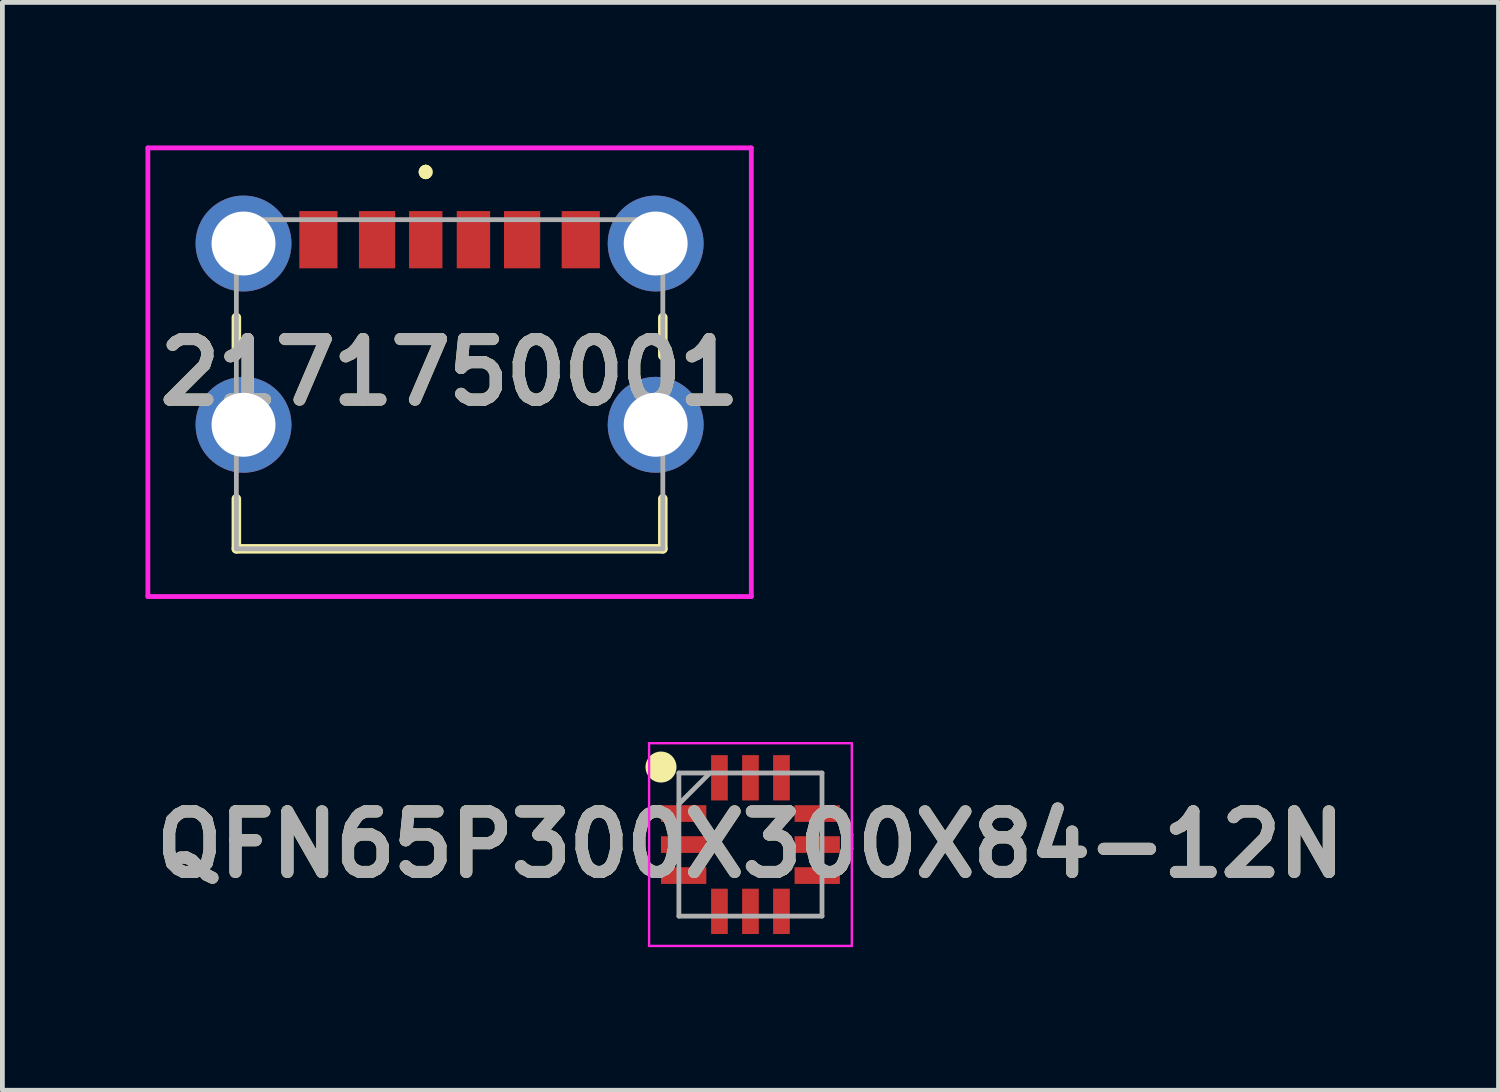
<source format=kicad_pcb>
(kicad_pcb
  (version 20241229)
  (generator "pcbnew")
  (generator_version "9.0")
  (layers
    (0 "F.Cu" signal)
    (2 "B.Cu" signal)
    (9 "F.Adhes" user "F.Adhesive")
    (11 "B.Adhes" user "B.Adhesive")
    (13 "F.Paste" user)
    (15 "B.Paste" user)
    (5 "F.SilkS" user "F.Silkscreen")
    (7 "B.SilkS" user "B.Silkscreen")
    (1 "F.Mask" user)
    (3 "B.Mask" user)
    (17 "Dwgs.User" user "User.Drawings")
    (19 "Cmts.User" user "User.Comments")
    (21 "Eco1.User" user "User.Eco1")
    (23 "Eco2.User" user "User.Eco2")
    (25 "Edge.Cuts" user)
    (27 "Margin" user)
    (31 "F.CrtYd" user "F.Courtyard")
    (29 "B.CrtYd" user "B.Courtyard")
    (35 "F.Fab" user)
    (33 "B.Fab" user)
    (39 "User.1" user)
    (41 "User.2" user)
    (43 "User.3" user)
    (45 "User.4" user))
  (footprint "QFN65P300X300X84-12N"
    (layer "F.Cu")
    (at 12.682 14.655)
    (property "Reference" "QFN65P300X300X84-12N" (at 0 0 0) (layer "F.SilkS") (effects (font (size 1.27 1.27) (thickness 0.254))))
    (attr smd)
    (fp_circle (center -1.875 -1.625) (end -1.875 -1.462) (stroke (width 0.325) (type solid)) (fill no) (layer "F.SilkS"))
    (fp_line (start -2.125 -2.125) (end 2.125 -2.125) (stroke (width 0.05) (type solid)) (layer "F.CrtYd"))
    (fp_line (start -2.125 2.125) (end -2.125 -2.125) (stroke (width 0.05) (type solid)) (layer "F.CrtYd"))
    (fp_line (start 2.125 -2.125) (end 2.125 2.125) (stroke (width 0.05) (type solid)) (layer "F.CrtYd"))
    (fp_line (start 2.125 2.125) (end -2.125 2.125) (stroke (width 0.05) (type solid)) (layer "F.CrtYd"))
    (fp_line (start -1.5 -1.5) (end 1.5 -1.5) (stroke (width 0.1) (type solid)) (layer "F.Fab"))
    (fp_line (start -1.5 -0.85) (end -0.85 -1.5) (stroke (width 0.1) (type solid)) (layer "F.Fab"))
    (fp_line (start -1.5 1.5) (end -1.5 -1.5) (stroke (width 0.1) (type solid)) (layer "F.Fab"))
    (fp_line (start 1.5 -1.5) (end 1.5 1.5) (stroke (width 0.1) (type solid)) (layer "F.Fab"))
    (fp_line (start 1.5 1.5) (end -1.5 1.5) (stroke (width 0.1) (type solid)) (layer "F.Fab"))
    (fp_text user "${REFERENCE}" (at 0 0 0) (layer "F.Fab") (effects (font (size 1.27 1.27) (thickness 0.254))))
    (pad "1" smd rect (at -1.4 -0.65 90) (size 0.35 0.95) (layers "F.Cu" "F.Mask" "F.Paste"))
    (pad "2" smd rect (at -1.4 0 90) (size 0.35 0.95) (layers "F.Cu" "F.Mask" "F.Paste"))
    (pad "3" smd rect (at -1.4 0.65 90) (size 0.35 0.95) (layers "F.Cu" "F.Mask" "F.Paste"))
    (pad "4" smd rect (at -0.65 1.4) (size 0.35 0.95) (layers "F.Cu" "F.Mask" "F.Paste"))
    (pad "5" smd rect (at 0 1.4) (size 0.35 0.95) (layers "F.Cu" "F.Mask" "F.Paste"))
    (pad "6" smd rect (at 0.65 1.4) (size 0.35 0.95) (layers "F.Cu" "F.Mask" "F.Paste"))
    (pad "7" smd rect (at 1.4 0.65 90) (size 0.35 0.95) (layers "F.Cu" "F.Mask" "F.Paste"))
    (pad "8" smd rect (at 1.4 0 90) (size 0.35 0.95) (layers "F.Cu" "F.Mask" "F.Paste"))
    (pad "9" smd rect (at 1.4 -0.65 90) (size 0.35 0.95) (layers "F.Cu" "F.Mask" "F.Paste"))
    (pad "10" smd rect (at 0.65 -1.4) (size 0.35 0.95) (layers "F.Cu" "F.Mask" "F.Paste"))
    (pad "11" smd rect (at 0 -1.4) (size 0.35 0.95) (layers "F.Cu" "F.Mask" "F.Paste"))
    (pad "12" smd rect (at -0.65 -1.4) (size 0.35 0.95) (layers "F.Cu" "F.Mask" "F.Paste")))
  (footprint "2171750001"
    (layer "F.Cu")
    (at 6.375 5.005)
    (property "Reference" "2171750001" (at 0 -0.252 0) (layer "F.SilkS") (effects (font (size 1.27 1.27) (thickness 0.254))))
    (attr through_hole)
    (fp_line (start -4.47 -1.4) (end -4.47 -0.6) (stroke (width 0.2) (type solid)) (layer "F.SilkS"))
    (fp_line (start -4.47 2.4) (end -4.47 3.45) (stroke (width 0.2) (type solid)) (layer "F.SilkS"))
    (fp_line (start -4.47 3.45) (end 4.47 3.45) (stroke (width 0.2) (type solid)) (layer "F.SilkS"))
    (fp_line (start -0.5 -4.5) (end -0.5 -4.5) (stroke (width 0.2) (type solid)) (layer "F.SilkS"))
    (fp_line (start -0.5 -4.5) (end -0.5 -4.5) (stroke (width 0.2) (type solid)) (layer "F.SilkS"))
    (fp_line (start -0.5 -4.4) (end -0.5 -4.4) (stroke (width 0.2) (type solid)) (layer "F.SilkS"))
    (fp_line (start 4.47 -1.4) (end 4.47 -0.6) (stroke (width 0.2) (type solid)) (layer "F.SilkS"))
    (fp_line (start 4.47 3.45) (end 4.47 2.4) (stroke (width 0.2) (type solid)) (layer "F.SilkS"))
    (fp_arc (start -0.5 -4.5) (mid -0.45 -4.45) (end -0.5 -4.4) (stroke (width 0.2) (type solid)) (layer "F.SilkS"))
    (fp_arc (start -0.5 -4.4) (mid -0.55 -4.45) (end -0.5 -4.5) (stroke (width 0.2) (type solid)) (layer "F.SilkS"))
    (fp_arc (start -0.5 -4.4) (mid -0.55 -4.45) (end -0.5 -4.5) (stroke (width 0.2) (type solid)) (layer "F.SilkS"))
    (fp_line (start -6.325 -4.955) (end 6.325 -4.955) (stroke (width 0.1) (type solid)) (layer "F.CrtYd"))
    (fp_line (start -6.325 4.45) (end -6.325 -4.955) (stroke (width 0.1) (type solid)) (layer "F.CrtYd"))
    (fp_line (start 6.325 -4.955) (end 6.325 4.45) (stroke (width 0.1) (type solid)) (layer "F.CrtYd"))
    (fp_line (start 6.325 4.45) (end -6.325 4.45) (stroke (width 0.1) (type solid)) (layer "F.CrtYd"))
    (fp_line (start -4.47 -3.45) (end -4.47 3.45) (stroke (width 0.1) (type solid)) (layer "F.Fab"))
    (fp_line (start -4.47 3.45) (end 4.47 3.45) (stroke (width 0.1) (type solid)) (layer "F.Fab"))
    (fp_line (start 4.47 -3.45) (end -4.47 -3.45) (stroke (width 0.1) (type solid)) (layer "F.Fab"))
    (fp_line (start 4.47 3.45) (end 4.47 -3.45) (stroke (width 0.1) (type solid)) (layer "F.Fab"))
    (fp_text user "${REFERENCE}" (at 0 -0.252 0) (layer "F.Fab") (effects (font (size 1.27 1.27) (thickness 0.254))))
    (pad "A5" smd rect (at -0.5 -3.03) (size 0.7 1.2) (layers "F.Cu" "F.Mask" "F.Paste"))
    (pad "A9" smd rect (at 1.52 -3.03) (size 0.76 1.2) (layers "F.Cu" "F.Mask" "F.Paste"))
    (pad "A12" smd rect (at 2.75 -3.03) (size 0.8 1.2) (layers "F.Cu" "F.Mask" "F.Paste"))
    (pad "B5" smd rect (at 0.5 -3.03) (size 0.7 1.2) (layers "F.Cu" "F.Mask" "F.Paste"))
    (pad "B9" smd rect (at -1.52 -3.03) (size 0.76 1.2) (layers "F.Cu" "F.Mask" "F.Paste"))
    (pad "B12" smd rect (at -2.75 -3.03) (size 0.8 1.2) (layers "F.Cu" "F.Mask" "F.Paste"))
    (pad "MH1" thru_hole circle (at -4.32 0.85) (size 2.01 2.01) (drill 1.34) (layers "*.Cu" "*.Mask"))
    (pad "MH2" thru_hole circle (at 4.32 0.85) (size 2.01 2.01) (drill 1.34) (layers "*.Cu" "*.Mask"))
    (pad "MH3" thru_hole circle (at -4.32 -2.95) (size 2.01 2.01) (drill 1.34) (layers "*.Cu" "*.Mask"))
    (pad "MH4" thru_hole circle (at 4.32 -2.95) (size 2.01 2.01) (drill 1.34) (layers "*.Cu" "*.Mask")))
  (gr_rect
    (start -3 -3)
    (end 28.364 19.805)
    (stroke (width 0.1) (type default))
    (fill no)
    (layer "Edge.Cuts")))
</source>
